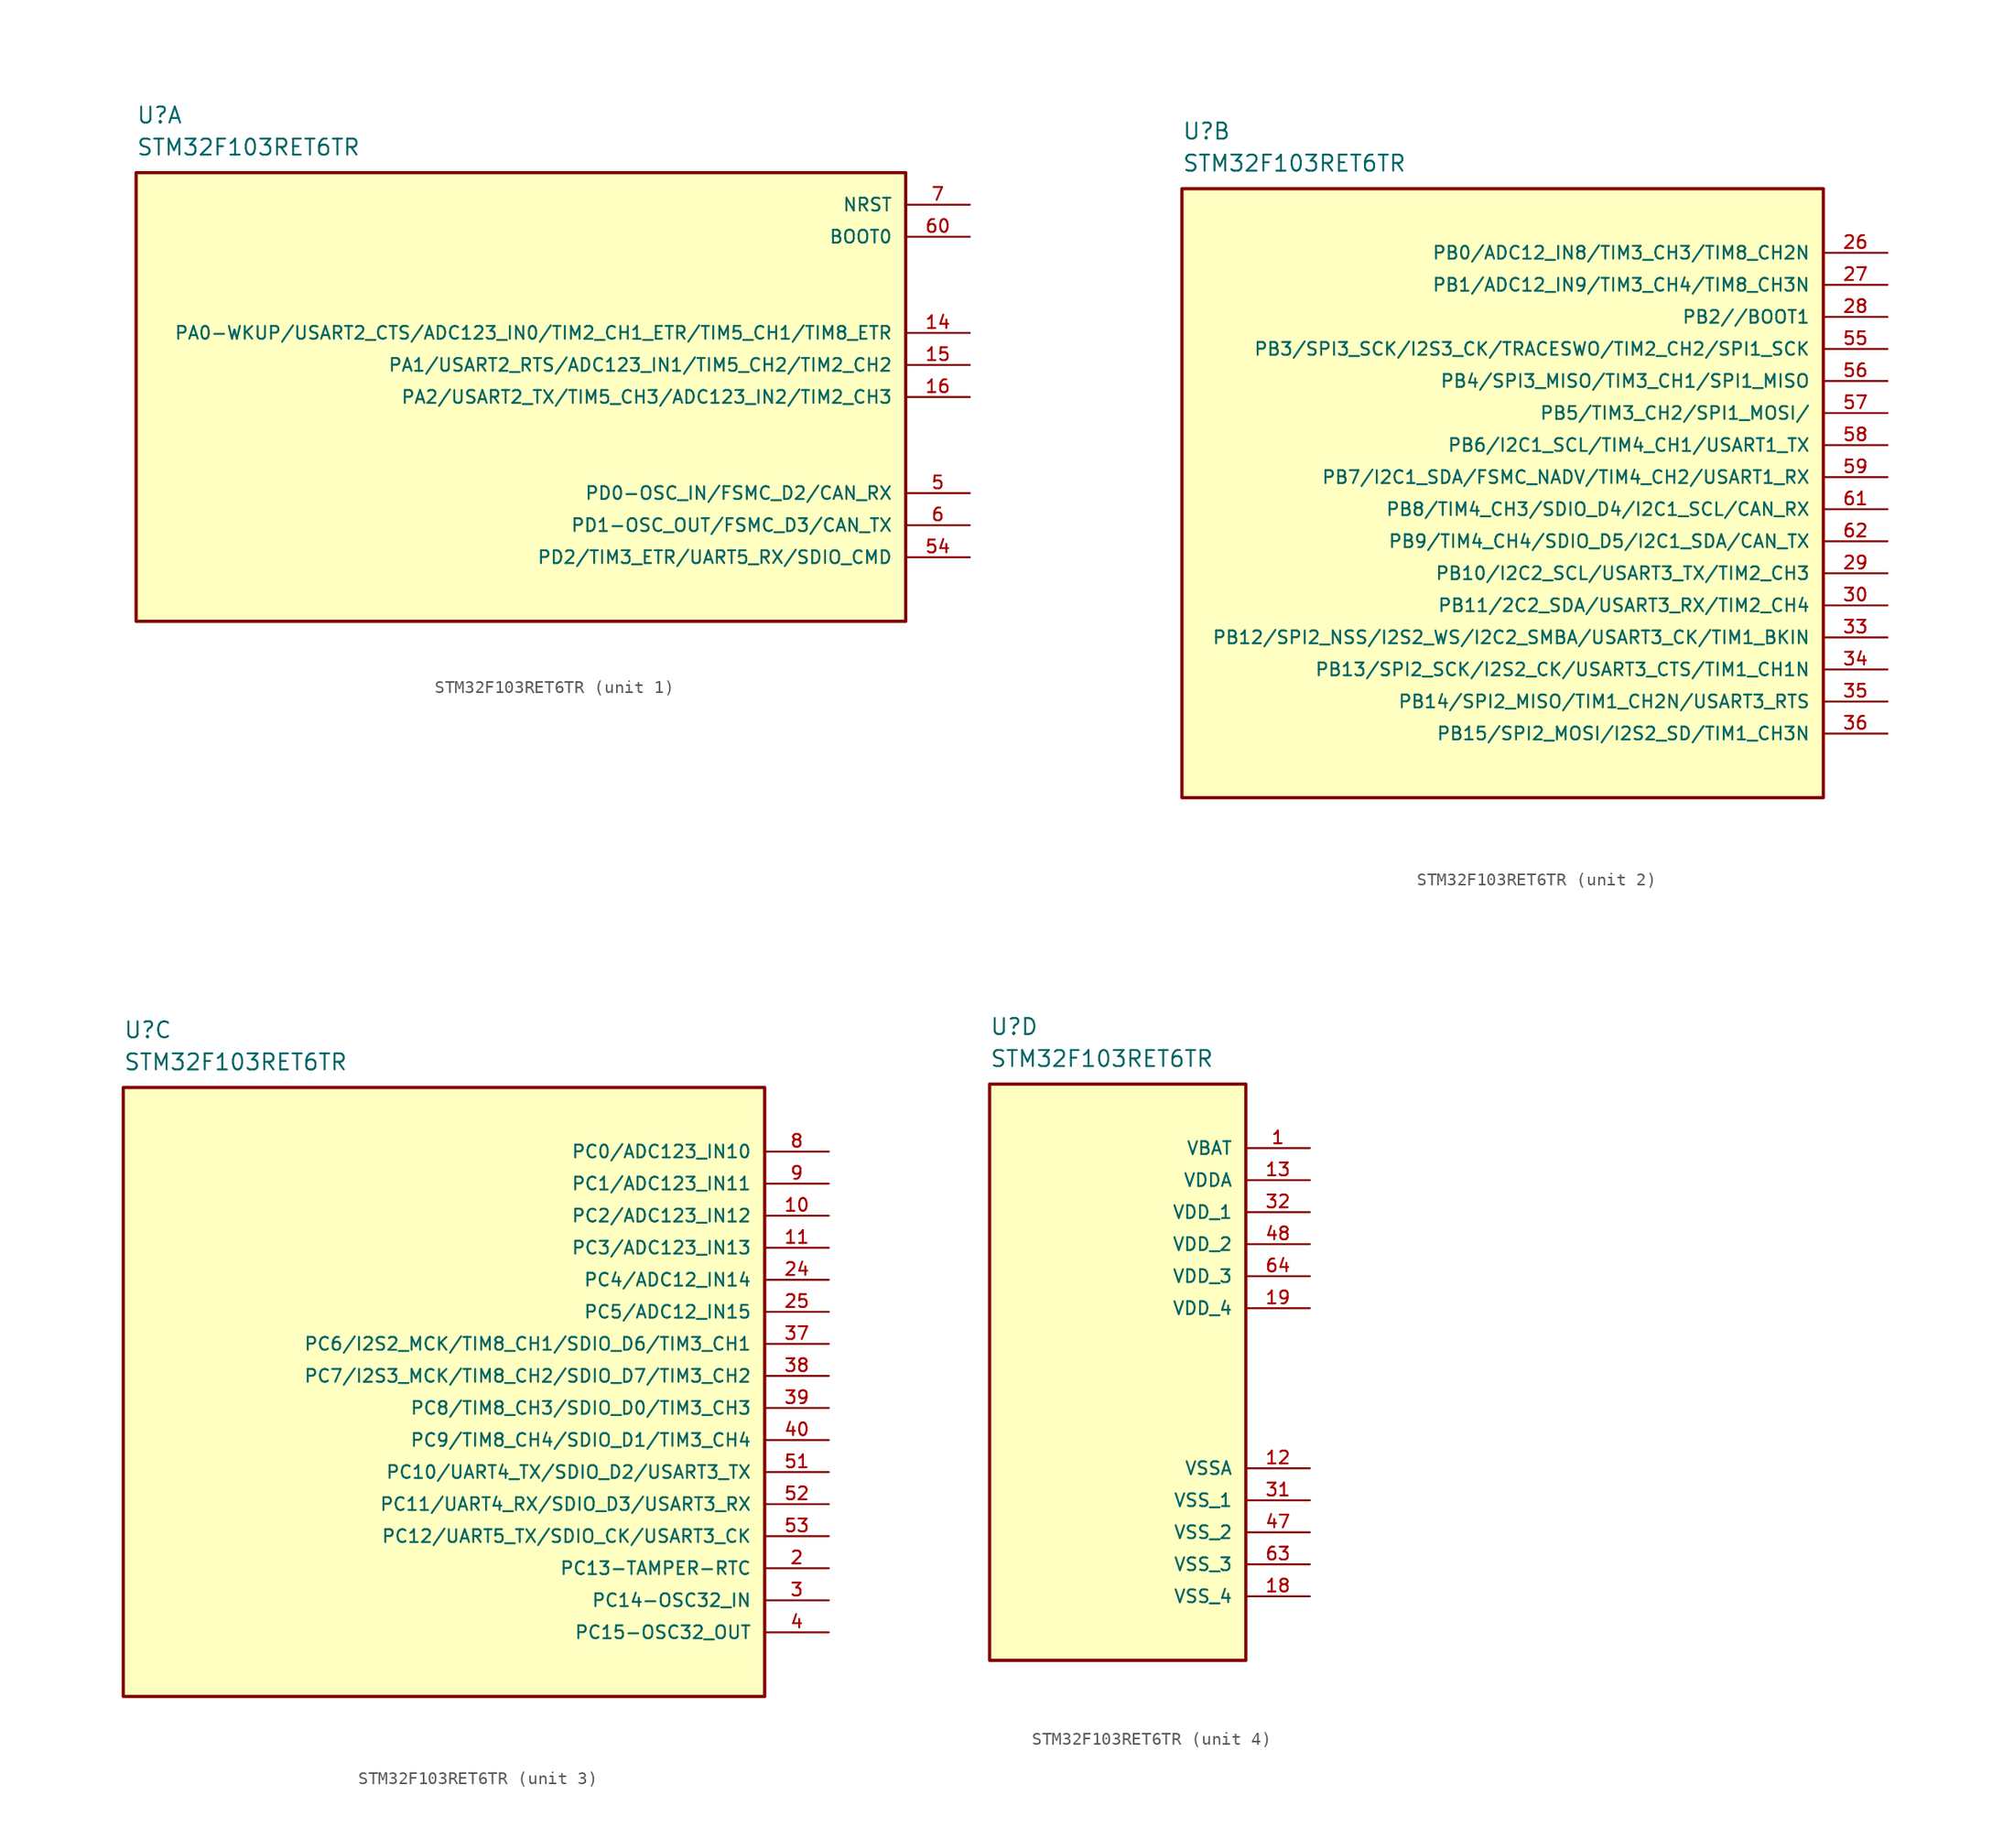
<source format=kicad_sym>
(kicad_symbol_lib
  (version 20220914)
  (generator kicad_symbol_editor)
  (symbol "STM32F103RET6TR"
    (pin_names
      (offset 1.016))
    (property "Reference" "U"
      (at 0 3.81 0)
      (effects (font (size 1.27 1.27)) (justify left bottom)))
    (property "Value" "STM32F103RET6TR"
      (at 0 1.27 0)
      (effects (font (size 1.27 1.27)) (justify left bottom)))
    (property "ki_locked" ""
      (at 0 0 0)
      (effects (font (size 1.27 1.27))))
    (symbol "STM32F103RET6TR_1_0"
      (rectangle (start 0 0) (end 60.96 -35.56) (stroke (width 0.254) (type default)) (fill (type background)))
      (pin bidirectional line (at 66.04 -12.7 180) (length 5.08) (name "PA0-WKUP/USART2_CTS/ADC123_IN0/TIM2_CH1_ETR/TIM5_CH1/TIM8_ETR" (effects (font (size 1.016 1.016)))) (number "14" (effects (font (size 1.016 1.016)))))
      (pin bidirectional line (at 66.04 -15.24 180) (length 5.08) (name "PA1/USART2_RTS/ADC123_IN1/TIM5_CH2/TIM2_CH2" (effects (font (size 1.016 1.016)))) (number "15" (effects (font (size 1.016 1.016)))))
      (pin bidirectional line (at 66.04 -17.78 180) (length 5.08) (name "PA2/USART2_TX/TIM5_CH3/ADC123_IN2/TIM2_CH3" (effects (font (size 1.016 1.016)))) (number "16" (effects (font (size 1.016 1.016)))))
      (pin bidirectional line (at 66.04 -25.4 180) (length 5.08) (name "PD0-OSC_IN/FSMC_D2/CAN_RX" (effects (font (size 1.016 1.016)))) (number "5" (effects (font (size 1.016 1.016)))))
      (pin bidirectional line (at 66.04 -30.48 180) (length 5.08) (name "PD2/TIM3_ETR/UART5_RX/SDIO_CMD" (effects (font (size 1.016 1.016)))) (number "54" (effects (font (size 1.016 1.016)))))
      (pin bidirectional line (at 66.04 -27.94 180) (length 5.08) (name "PD1-OSC_OUT/FSMC_D3/CAN_TX" (effects (font (size 1.016 1.016)))) (number "6" (effects (font (size 1.016 1.016)))))
      (pin input line (at 66.04 -5.08 180) (length 5.08) (name "BOOT0" (effects (font (size 1.016 1.016)))) (number "60" (effects (font (size 1.016 1.016)))))
      (pin input line (at 66.04 -2.54 180) (length 5.08) (name "NRST" (effects (font (size 1.016 1.016)))) (number "7" (effects (font (size 1.016 1.016))))))
    (symbol "STM32F103RET6TR_2_0"
      (rectangle (start 0 0) (end 50.8 -48.26) (stroke (width 0.254) (type default)) (fill (type background)))
      (pin bidirectional line (at 55.88 -5.08 180) (length 5.08) (name "PB0/ADC12_IN8/TIM3_CH3/TIM8_CH2N" (effects (font (size 1.016 1.016)))) (number "26" (effects (font (size 1.016 1.016)))))
      (pin bidirectional line (at 55.88 -7.62 180) (length 5.08) (name "PB1/ADC12_IN9/TIM3_CH4/TIM8_CH3N" (effects (font (size 1.016 1.016)))) (number "27" (effects (font (size 1.016 1.016)))))
      (pin bidirectional line (at 55.88 -10.16 180) (length 5.08) (name "PB2//BOOT1" (effects (font (size 1.016 1.016)))) (number "28" (effects (font (size 1.016 1.016)))))
      (pin bidirectional line (at 55.88 -30.48 180) (length 5.08) (name "PB10/I2C2_SCL/USART3_TX/TIM2_CH3" (effects (font (size 1.016 1.016)))) (number "29" (effects (font (size 1.016 1.016)))))
      (pin bidirectional line (at 55.88 -33.02 180) (length 5.08) (name "PB11/2C2_SDA/USART3_RX/TIM2_CH4" (effects (font (size 1.016 1.016)))) (number "30" (effects (font (size 1.016 1.016)))))
      (pin bidirectional line (at 55.88 -35.56 180) (length 5.08) (name "PB12/SPI2_NSS/I2S2_WS/I2C2_SMBA/USART3_CK/TIM1_BKIN" (effects (font (size 1.016 1.016)))) (number "33" (effects (font (size 1.016 1.016)))))
      (pin bidirectional line (at 55.88 -38.1 180) (length 5.08) (name "PB13/SPI2_SCK/I2S2_CK/USART3_CTS/TIM1_CH1N" (effects (font (size 1.016 1.016)))) (number "34" (effects (font (size 1.016 1.016)))))
      (pin bidirectional line (at 55.88 -40.64 180) (length 5.08) (name "PB14/SPI2_MISO/TIM1_CH2N/USART3_RTS" (effects (font (size 1.016 1.016)))) (number "35" (effects (font (size 1.016 1.016)))))
      (pin bidirectional line (at 55.88 -43.18 180) (length 5.08) (name "PB15/SPI2_MOSI/I2S2_SD/TIM1_CH3N" (effects (font (size 1.016 1.016)))) (number "36" (effects (font (size 1.016 1.016)))))
      (pin bidirectional line (at 55.88 -12.7 180) (length 5.08) (name "PB3/SPI3_SCK/I2S3_CK/TRACESWO/TIM2_CH2/SPI1_SCK" (effects (font (size 1.016 1.016)))) (number "55" (effects (font (size 1.016 1.016)))))
      (pin bidirectional line (at 55.88 -15.24 180) (length 5.08) (name "PB4/SPI3_MISO/TIM3_CH1/SPI1_MISO" (effects (font (size 1.016 1.016)))) (number "56" (effects (font (size 1.016 1.016)))))
      (pin bidirectional line (at 55.88 -17.78 180) (length 5.08) (name "PB5/TIM3_CH2/SPI1_MOSI/" (effects (font (size 1.016 1.016)))) (number "57" (effects (font (size 1.016 1.016)))))
      (pin bidirectional line (at 55.88 -20.32 180) (length 5.08) (name "PB6/I2C1_SCL/TIM4_CH1/USART1_TX" (effects (font (size 1.016 1.016)))) (number "58" (effects (font (size 1.016 1.016)))))
      (pin bidirectional line (at 55.88 -22.86 180) (length 5.08) (name "PB7/I2C1_SDA/FSMC_NADV/TIM4_CH2/USART1_RX" (effects (font (size 1.016 1.016)))) (number "59" (effects (font (size 1.016 1.016)))))
      (pin bidirectional line (at 55.88 -25.4 180) (length 5.08) (name "PB8/TIM4_CH3/SDIO_D4/I2C1_SCL/CAN_RX" (effects (font (size 1.016 1.016)))) (number "61" (effects (font (size 1.016 1.016)))))
      (pin bidirectional line (at 55.88 -27.94 180) (length 5.08) (name "PB9/TIM4_CH4/SDIO_D5/I2C1_SDA/CAN_TX" (effects (font (size 1.016 1.016)))) (number "62" (effects (font (size 1.016 1.016))))))
    (symbol "STM32F103RET6TR_3_0"
      (rectangle (start 0 0) (end 50.8 -48.26) (stroke (width 0.254) (type default)) (fill (type background)))
      (pin bidirectional line (at 55.88 -10.16 180) (length 5.08) (name "PC2/ADC123_IN12" (effects (font (size 1.016 1.016)))) (number "10" (effects (font (size 1.016 1.016)))))
      (pin bidirectional line (at 55.88 -12.7 180) (length 5.08) (name "PC3/ADC123_IN13" (effects (font (size 1.016 1.016)))) (number "11" (effects (font (size 1.016 1.016)))))
      (pin bidirectional line (at 55.88 -38.1 180) (length 5.08) (name "PC13-TAMPER-RTC" (effects (font (size 1.016 1.016)))) (number "2" (effects (font (size 1.016 1.016)))))
      (pin bidirectional line (at 55.88 -15.24 180) (length 5.08) (name "PC4/ADC12_IN14" (effects (font (size 1.016 1.016)))) (number "24" (effects (font (size 1.016 1.016)))))
      (pin bidirectional line (at 55.88 -17.78 180) (length 5.08) (name "PC5/ADC12_IN15" (effects (font (size 1.016 1.016)))) (number "25" (effects (font (size 1.016 1.016)))))
      (pin bidirectional line (at 55.88 -40.64 180) (length 5.08) (name "PC14-OSC32_IN" (effects (font (size 1.016 1.016)))) (number "3" (effects (font (size 1.016 1.016)))))
      (pin bidirectional line (at 55.88 -20.32 180) (length 5.08) (name "PC6/I2S2_MCK/TIM8_CH1/SDIO_D6/TIM3_CH1" (effects (font (size 1.016 1.016)))) (number "37" (effects (font (size 1.016 1.016)))))
      (pin bidirectional line (at 55.88 -22.86 180) (length 5.08) (name "PC7/I2S3_MCK/TIM8_CH2/SDIO_D7/TIM3_CH2" (effects (font (size 1.016 1.016)))) (number "38" (effects (font (size 1.016 1.016)))))
      (pin bidirectional line (at 55.88 -25.4 180) (length 5.08) (name "PC8/TIM8_CH3/SDIO_D0/TIM3_CH3" (effects (font (size 1.016 1.016)))) (number "39" (effects (font (size 1.016 1.016)))))
      (pin bidirectional line (at 55.88 -43.18 180) (length 5.08) (name "PC15-OSC32_OUT" (effects (font (size 1.016 1.016)))) (number "4" (effects (font (size 1.016 1.016)))))
      (pin bidirectional line (at 55.88 -27.94 180) (length 5.08) (name "PC9/TIM8_CH4/SDIO_D1/TIM3_CH4" (effects (font (size 1.016 1.016)))) (number "40" (effects (font (size 1.016 1.016)))))
      (pin bidirectional line (at 55.88 -30.48 180) (length 5.08) (name "PC10/UART4_TX/SDIO_D2/USART3_TX" (effects (font (size 1.016 1.016)))) (number "51" (effects (font (size 1.016 1.016)))))
      (pin bidirectional line (at 55.88 -33.02 180) (length 5.08) (name "PC11/UART4_RX/SDIO_D3/USART3_RX" (effects (font (size 1.016 1.016)))) (number "52" (effects (font (size 1.016 1.016)))))
      (pin bidirectional line (at 55.88 -35.56 180) (length 5.08) (name "PC12/UART5_TX/SDIO_CK/USART3_CK" (effects (font (size 1.016 1.016)))) (number "53" (effects (font (size 1.016 1.016)))))
      (pin bidirectional line (at 55.88 -5.08 180) (length 5.08) (name "PC0/ADC123_IN10" (effects (font (size 1.016 1.016)))) (number "8" (effects (font (size 1.016 1.016)))))
      (pin bidirectional line (at 55.88 -7.62 180) (length 5.08) (name "PC1/ADC123_IN11" (effects (font (size 1.016 1.016)))) (number "9" (effects (font (size 1.016 1.016))))))
    (symbol "STM32F103RET6TR_4_0"
      (rectangle (start 0 0) (end 20.32 -45.72) (stroke (width 0.254) (type default)) (fill (type background)))
      (pin power_in line (at 25.4 -5.08 180) (length 5.08) (name "VBAT" (effects (font (size 1.016 1.016)))) (number "1" (effects (font (size 1.016 1.016)))))
      (pin power_in line (at 25.4 -30.48 180) (length 5.08) (name "VSSA" (effects (font (size 1.016 1.016)))) (number "12" (effects (font (size 1.016 1.016)))))
      (pin power_in line (at 25.4 -7.62 180) (length 5.08) (name "VDDA" (effects (font (size 1.016 1.016)))) (number "13" (effects (font (size 1.016 1.016)))))
      (pin power_in line (at 25.4 -40.64 180) (length 5.08) (name "VSS_4" (effects (font (size 1.016 1.016)))) (number "18" (effects (font (size 1.016 1.016)))))
      (pin power_in line (at 25.4 -17.78 180) (length 5.08) (name "VDD_4" (effects (font (size 1.016 1.016)))) (number "19" (effects (font (size 1.016 1.016)))))
      (pin power_in line (at 25.4 -33.02 180) (length 5.08) (name "VSS_1" (effects (font (size 1.016 1.016)))) (number "31" (effects (font (size 1.016 1.016)))))
      (pin power_in line (at 25.4 -10.16 180) (length 5.08) (name "VDD_1" (effects (font (size 1.016 1.016)))) (number "32" (effects (font (size 1.016 1.016)))))
      (pin power_in line (at 25.4 -35.56 180) (length 5.08) (name "VSS_2" (effects (font (size 1.016 1.016)))) (number "47" (effects (font (size 1.016 1.016)))))
      (pin power_in line (at 25.4 -12.7 180) (length 5.08) (name "VDD_2" (effects (font (size 1.016 1.016)))) (number "48" (effects (font (size 1.016 1.016)))))
      (pin power_in line (at 25.4 -38.1 180) (length 5.08) (name "VSS_3" (effects (font (size 1.016 1.016)))) (number "63" (effects (font (size 1.016 1.016)))))
      (pin power_in line (at 25.4 -15.24 180) (length 5.08) (name "VDD_3" (effects (font (size 1.016 1.016)))) (number "64" (effects (font (size 1.016 1.016))))))))
</source>
